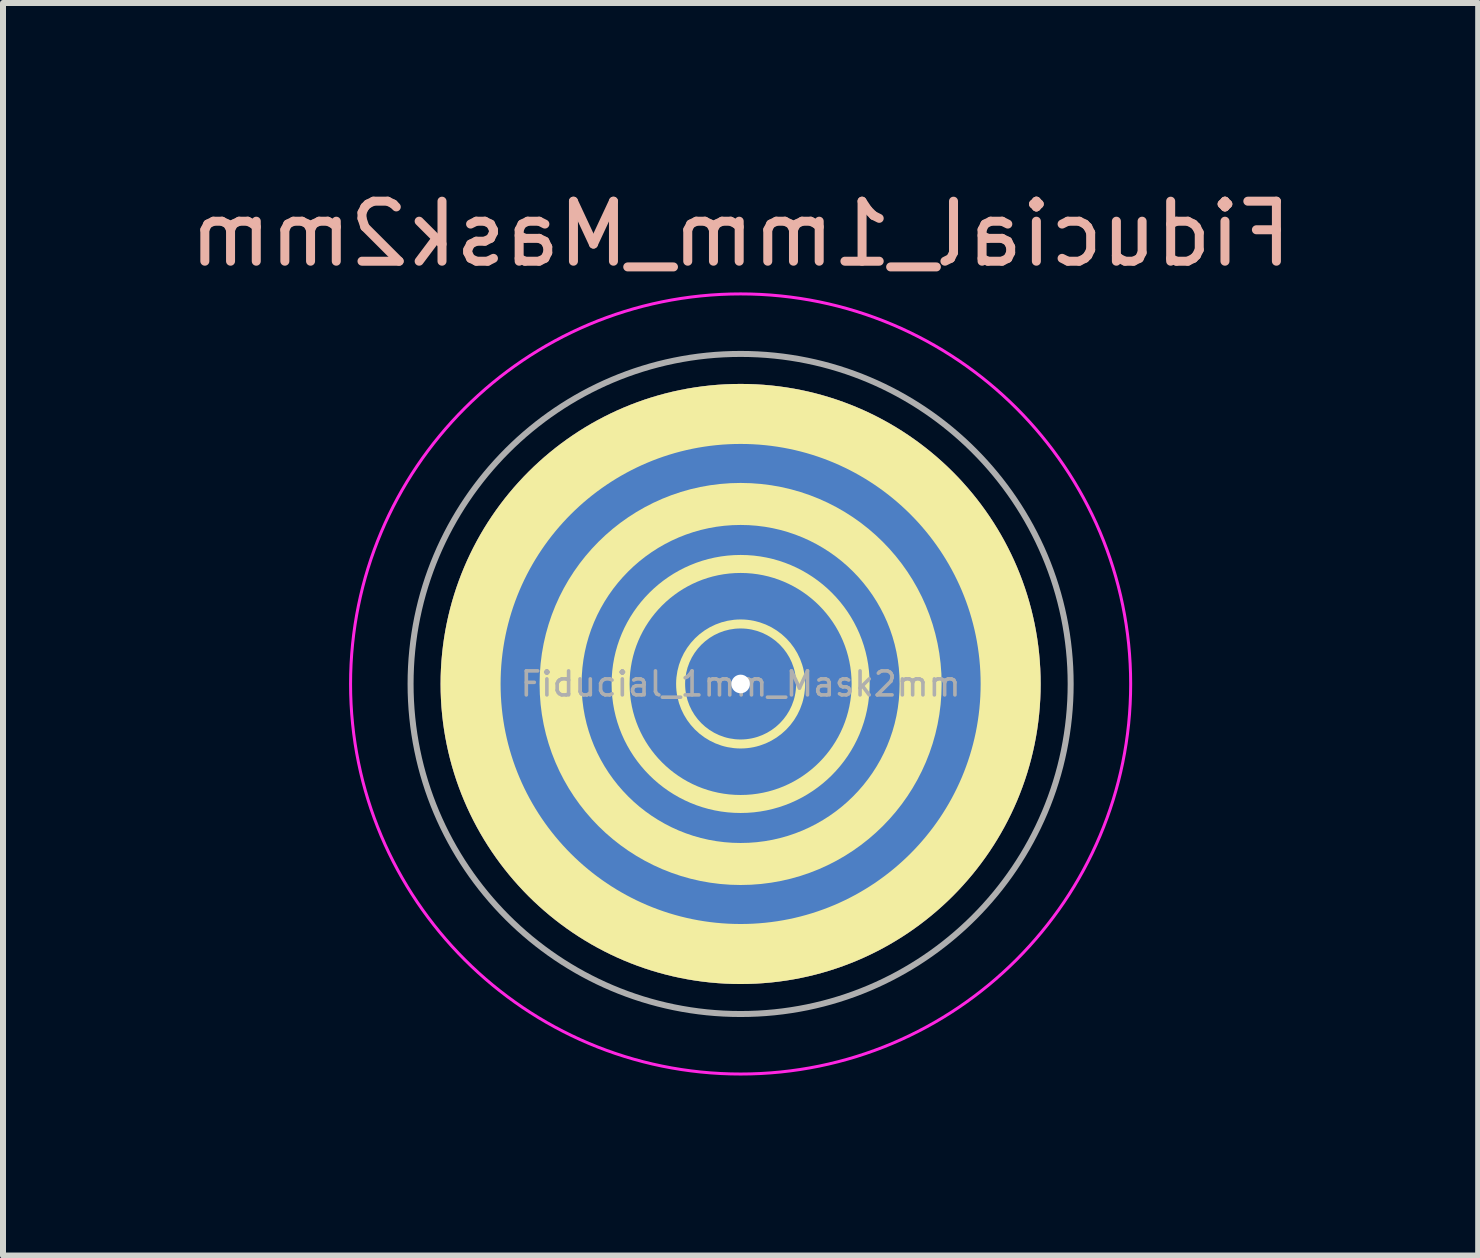
<source format=kicad_pcb>
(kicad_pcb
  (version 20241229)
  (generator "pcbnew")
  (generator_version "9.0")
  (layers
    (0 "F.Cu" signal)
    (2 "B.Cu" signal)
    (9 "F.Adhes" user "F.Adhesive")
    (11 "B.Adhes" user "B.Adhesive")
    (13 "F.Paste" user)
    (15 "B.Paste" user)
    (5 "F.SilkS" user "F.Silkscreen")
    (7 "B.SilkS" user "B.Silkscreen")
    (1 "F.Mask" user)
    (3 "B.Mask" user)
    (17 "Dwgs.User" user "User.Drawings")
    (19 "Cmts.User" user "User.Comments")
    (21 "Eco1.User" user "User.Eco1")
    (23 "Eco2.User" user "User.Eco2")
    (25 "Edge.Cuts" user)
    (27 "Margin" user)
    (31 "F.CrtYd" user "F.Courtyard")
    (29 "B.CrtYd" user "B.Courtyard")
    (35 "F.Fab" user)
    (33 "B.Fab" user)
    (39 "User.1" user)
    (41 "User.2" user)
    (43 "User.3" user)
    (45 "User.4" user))
  (footprint "Fiducial_1mm_Mask2mm"
    (layer "F.Cu")
    (at 9.292 8.348)
    (property "Reference" "Fiducial_1mm_Mask2mm" (at 0 -7.5 0) (layer "B.SilkS") (effects (font (size 1 1) (thickness 0.15)) (justify mirror)))
    (attr smd)
    (fp_circle (center 0 0) (end 1 0) (stroke (width 0.15) (type solid)) (fill no) (layer "F.SilkS"))
    (fp_circle (center 0 0) (end 2 0) (stroke (width 0.3) (type solid)) (fill no) (layer "F.SilkS"))
    (fp_circle (center 0 0) (end 3 0) (stroke (width 0.7) (type solid)) (fill no) (layer "F.SilkS"))
    (fp_circle (center 0 0) (end 4.5 0) (stroke (width 1) (type solid)) (fill no) (layer "F.SilkS"))
    (fp_circle (center 0 0) (end 6.5 0) (stroke (width 0.05) (type solid)) (fill no) (layer "F.CrtYd"))
    (fp_circle (center 0 0) (end 5.5 0) (stroke (width 0.1) (type solid)) (fill no) (layer "F.Fab"))
    (fp_text user "${REFERENCE}" (at 0 0 0) (layer "F.Fab") (effects (font (size 0.4 0.4) (thickness 0.06))))
    (pad "2" thru_hole circle (at 0 0) (size 10 10) (drill 0.31) (layers "F.Cu")))
  (gr_rect
    (start -3 -3)
    (end 21.583 17.873)
    (stroke (width 0.1) (type default))
    (fill no)
    (layer "Edge.Cuts")))
</source>
